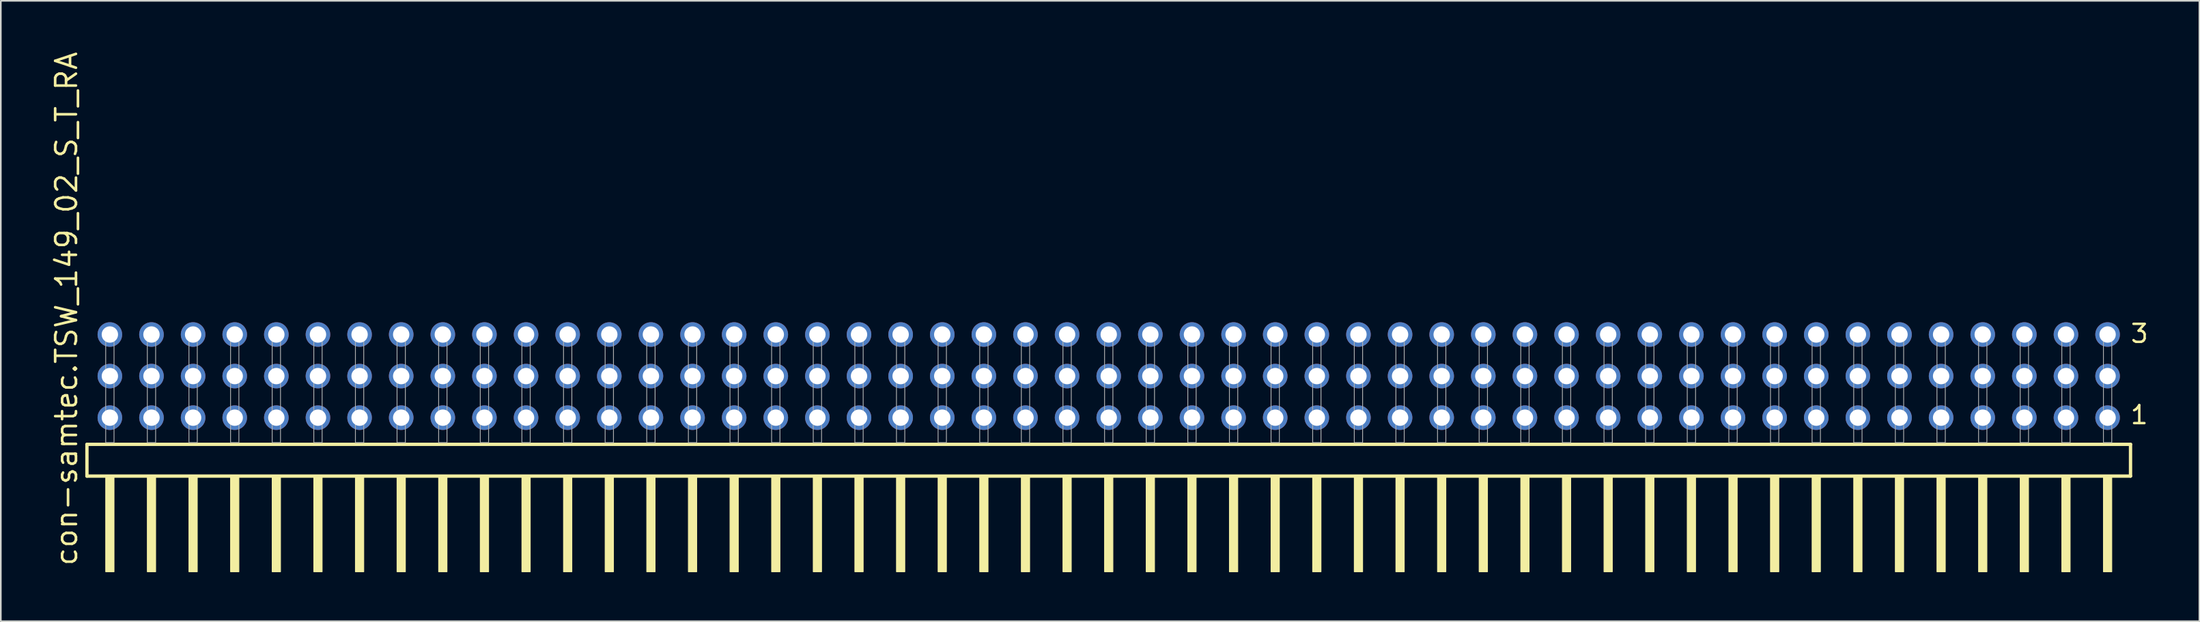
<source format=kicad_pcb>
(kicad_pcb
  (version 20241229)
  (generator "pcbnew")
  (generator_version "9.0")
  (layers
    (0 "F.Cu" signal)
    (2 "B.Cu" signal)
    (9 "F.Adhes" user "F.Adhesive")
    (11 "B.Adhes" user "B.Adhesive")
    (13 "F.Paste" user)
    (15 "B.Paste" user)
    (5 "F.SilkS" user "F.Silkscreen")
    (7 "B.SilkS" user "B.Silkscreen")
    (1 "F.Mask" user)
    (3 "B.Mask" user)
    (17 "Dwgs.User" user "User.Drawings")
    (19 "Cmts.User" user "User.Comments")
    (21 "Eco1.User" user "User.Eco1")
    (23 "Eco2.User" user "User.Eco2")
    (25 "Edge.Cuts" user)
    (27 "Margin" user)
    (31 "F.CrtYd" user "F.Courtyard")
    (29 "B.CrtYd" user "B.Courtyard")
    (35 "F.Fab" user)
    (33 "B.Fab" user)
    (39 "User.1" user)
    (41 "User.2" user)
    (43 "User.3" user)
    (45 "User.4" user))
  (footprint "con-samtec.TSW_149_02_S_T_RA"
    (layer "F.Cu")
    (at 64.615 23.993)
    (property "Reference" "con-samtec.TSW_149_02_S_T_RA" (at -62.865 7.62 90) (layer "F.SilkS") (effects (font (size 1.27 1.27) (thickness 0.16)) (justify left bottom)))
    (attr through_hole)
    (fp_line (start -62.359 0.106) (end -62.359 2.046) (stroke (width 0.203) (type default)) (layer "F.SilkS"))
    (fp_line (start -62.359 2.046) (end 62.359 2.046) (stroke (width 0.203) (type default)) (layer "F.SilkS"))
    (fp_line (start 62.359 0.106) (end -62.359 0.106) (stroke (width 0.203) (type default)) (layer "F.SilkS"))
    (fp_line (start 62.359 2.046) (end 62.359 0.106) (stroke (width 0.203) (type default)) (layer "F.SilkS"))
    (fp_rect (start -61.214 7.89) (end -60.706 2.04) (stroke (width 0.05) (type default)) (fill yes) (layer "F.SilkS"))
    (fp_rect (start -58.674 7.89) (end -58.166 2.04) (stroke (width 0.05) (type default)) (fill yes) (layer "F.SilkS"))
    (fp_rect (start -56.134 7.89) (end -55.626 2.04) (stroke (width 0.05) (type default)) (fill yes) (layer "F.SilkS"))
    (fp_rect (start -53.594 7.89) (end -53.086 2.04) (stroke (width 0.05) (type default)) (fill yes) (layer "F.SilkS"))
    (fp_rect (start -51.054 7.89) (end -50.546 2.04) (stroke (width 0.05) (type default)) (fill yes) (layer "F.SilkS"))
    (fp_rect (start -48.514 7.89) (end -48.006 2.04) (stroke (width 0.05) (type default)) (fill yes) (layer "F.SilkS"))
    (fp_rect (start -45.974 7.89) (end -45.466 2.04) (stroke (width 0.05) (type default)) (fill yes) (layer "F.SilkS"))
    (fp_rect (start -43.434 7.89) (end -42.926 2.04) (stroke (width 0.05) (type default)) (fill yes) (layer "F.SilkS"))
    (fp_rect (start -40.894 7.89) (end -40.386 2.04) (stroke (width 0.05) (type default)) (fill yes) (layer "F.SilkS"))
    (fp_rect (start -38.354 7.89) (end -37.846 2.04) (stroke (width 0.05) (type default)) (fill yes) (layer "F.SilkS"))
    (fp_rect (start -35.814 7.89) (end -35.306 2.04) (stroke (width 0.05) (type default)) (fill yes) (layer "F.SilkS"))
    (fp_rect (start -33.274 7.89) (end -32.766 2.04) (stroke (width 0.05) (type default)) (fill yes) (layer "F.SilkS"))
    (fp_rect (start -30.734 7.89) (end -30.226 2.04) (stroke (width 0.05) (type default)) (fill yes) (layer "F.SilkS"))
    (fp_rect (start -28.194 7.89) (end -27.686 2.04) (stroke (width 0.05) (type default)) (fill yes) (layer "F.SilkS"))
    (fp_rect (start -25.654 7.89) (end -25.146 2.04) (stroke (width 0.05) (type default)) (fill yes) (layer "F.SilkS"))
    (fp_rect (start -23.114 7.89) (end -22.606 2.04) (stroke (width 0.05) (type default)) (fill yes) (layer "F.SilkS"))
    (fp_rect (start -20.574 7.89) (end -20.066 2.04) (stroke (width 0.05) (type default)) (fill yes) (layer "F.SilkS"))
    (fp_rect (start -18.034 7.89) (end -17.526 2.04) (stroke (width 0.05) (type default)) (fill yes) (layer "F.SilkS"))
    (fp_rect (start -15.494 7.89) (end -14.986 2.04) (stroke (width 0.05) (type default)) (fill yes) (layer "F.SilkS"))
    (fp_rect (start -12.954 7.89) (end -12.446 2.04) (stroke (width 0.05) (type default)) (fill yes) (layer "F.SilkS"))
    (fp_rect (start -10.414 7.89) (end -9.906 2.04) (stroke (width 0.05) (type default)) (fill yes) (layer "F.SilkS"))
    (fp_rect (start -7.874 7.89) (end -7.366 2.04) (stroke (width 0.05) (type default)) (fill yes) (layer "F.SilkS"))
    (fp_rect (start -5.334 7.89) (end -4.826 2.04) (stroke (width 0.05) (type default)) (fill yes) (layer "F.SilkS"))
    (fp_rect (start -2.794 7.89) (end -2.286 2.04) (stroke (width 0.05) (type default)) (fill yes) (layer "F.SilkS"))
    (fp_rect (start -0.254 7.89) (end 0.254 2.04) (stroke (width 0.05) (type default)) (fill yes) (layer "F.SilkS"))
    (fp_rect (start 2.286 7.89) (end 2.794 2.04) (stroke (width 0.05) (type default)) (fill yes) (layer "F.SilkS"))
    (fp_rect (start 4.826 7.89) (end 5.334 2.04) (stroke (width 0.05) (type default)) (fill yes) (layer "F.SilkS"))
    (fp_rect (start 7.366 7.89) (end 7.874 2.04) (stroke (width 0.05) (type default)) (fill yes) (layer "F.SilkS"))
    (fp_rect (start 9.906 7.89) (end 10.414 2.04) (stroke (width 0.05) (type default)) (fill yes) (layer "F.SilkS"))
    (fp_rect (start 12.446 7.89) (end 12.954 2.04) (stroke (width 0.05) (type default)) (fill yes) (layer "F.SilkS"))
    (fp_rect (start 14.986 7.89) (end 15.494 2.04) (stroke (width 0.05) (type default)) (fill yes) (layer "F.SilkS"))
    (fp_rect (start 17.526 7.89) (end 18.034 2.04) (stroke (width 0.05) (type default)) (fill yes) (layer "F.SilkS"))
    (fp_rect (start 20.066 7.89) (end 20.574 2.04) (stroke (width 0.05) (type default)) (fill yes) (layer "F.SilkS"))
    (fp_rect (start 22.606 7.89) (end 23.114 2.04) (stroke (width 0.05) (type default)) (fill yes) (layer "F.SilkS"))
    (fp_rect (start 25.146 7.89) (end 25.654 2.04) (stroke (width 0.05) (type default)) (fill yes) (layer "F.SilkS"))
    (fp_rect (start 27.686 7.89) (end 28.194 2.04) (stroke (width 0.05) (type default)) (fill yes) (layer "F.SilkS"))
    (fp_rect (start 30.226 7.89) (end 30.734 2.04) (stroke (width 0.05) (type default)) (fill yes) (layer "F.SilkS"))
    (fp_rect (start 32.766 7.89) (end 33.274 2.04) (stroke (width 0.05) (type default)) (fill yes) (layer "F.SilkS"))
    (fp_rect (start 35.306 7.89) (end 35.814 2.04) (stroke (width 0.05) (type default)) (fill yes) (layer "F.SilkS"))
    (fp_rect (start 37.846 7.89) (end 38.354 2.04) (stroke (width 0.05) (type default)) (fill yes) (layer "F.SilkS"))
    (fp_rect (start 40.386 7.89) (end 40.894 2.04) (stroke (width 0.05) (type default)) (fill yes) (layer "F.SilkS"))
    (fp_rect (start 42.926 7.89) (end 43.434 2.04) (stroke (width 0.05) (type default)) (fill yes) (layer "F.SilkS"))
    (fp_rect (start 45.466 7.89) (end 45.974 2.04) (stroke (width 0.05) (type default)) (fill yes) (layer "F.SilkS"))
    (fp_rect (start 48.006 7.89) (end 48.514 2.04) (stroke (width 0.05) (type default)) (fill yes) (layer "F.SilkS"))
    (fp_rect (start 50.546 7.89) (end 51.054 2.04) (stroke (width 0.05) (type default)) (fill yes) (layer "F.SilkS"))
    (fp_rect (start 53.086 7.89) (end 53.594 2.04) (stroke (width 0.05) (type default)) (fill yes) (layer "F.SilkS"))
    (fp_rect (start 55.626 7.89) (end 56.134 2.04) (stroke (width 0.05) (type default)) (fill yes) (layer "F.SilkS"))
    (fp_rect (start 58.166 7.89) (end 58.674 2.04) (stroke (width 0.05) (type default)) (fill yes) (layer "F.SilkS"))
    (fp_rect (start 60.706 7.89) (end 61.214 2.04) (stroke (width 0.05) (type default)) (fill yes) (layer "F.SilkS"))
    (fp_rect (start -61.214 0) (end -60.706 -6.858) (stroke (width 0.05) (type default)) (fill no) (layer "F.Fab"))
    (fp_rect (start -58.674 0) (end -58.166 -6.858) (stroke (width 0.05) (type default)) (fill no) (layer "F.Fab"))
    (fp_rect (start -56.134 0) (end -55.626 -6.858) (stroke (width 0.05) (type default)) (fill no) (layer "F.Fab"))
    (fp_rect (start -53.594 0) (end -53.086 -6.858) (stroke (width 0.05) (type default)) (fill no) (layer "F.Fab"))
    (fp_rect (start -51.054 0) (end -50.546 -6.858) (stroke (width 0.05) (type default)) (fill no) (layer "F.Fab"))
    (fp_rect (start -48.514 0) (end -48.006 -6.858) (stroke (width 0.05) (type default)) (fill no) (layer "F.Fab"))
    (fp_rect (start -45.974 0) (end -45.466 -6.858) (stroke (width 0.05) (type default)) (fill no) (layer "F.Fab"))
    (fp_rect (start -43.434 0) (end -42.926 -6.858) (stroke (width 0.05) (type default)) (fill no) (layer "F.Fab"))
    (fp_rect (start -40.894 0) (end -40.386 -6.858) (stroke (width 0.05) (type default)) (fill no) (layer "F.Fab"))
    (fp_rect (start -38.354 0) (end -37.846 -6.858) (stroke (width 0.05) (type default)) (fill no) (layer "F.Fab"))
    (fp_rect (start -35.814 0) (end -35.306 -6.858) (stroke (width 0.05) (type default)) (fill no) (layer "F.Fab"))
    (fp_rect (start -33.274 0) (end -32.766 -6.858) (stroke (width 0.05) (type default)) (fill no) (layer "F.Fab"))
    (fp_rect (start -30.734 0) (end -30.226 -6.858) (stroke (width 0.05) (type default)) (fill no) (layer "F.Fab"))
    (fp_rect (start -28.194 0) (end -27.686 -6.858) (stroke (width 0.05) (type default)) (fill no) (layer "F.Fab"))
    (fp_rect (start -25.654 0) (end -25.146 -6.858) (stroke (width 0.05) (type default)) (fill no) (layer "F.Fab"))
    (fp_rect (start -23.114 0) (end -22.606 -6.858) (stroke (width 0.05) (type default)) (fill no) (layer "F.Fab"))
    (fp_rect (start -20.574 0) (end -20.066 -6.858) (stroke (width 0.05) (type default)) (fill no) (layer "F.Fab"))
    (fp_rect (start -18.034 0) (end -17.526 -6.858) (stroke (width 0.05) (type default)) (fill no) (layer "F.Fab"))
    (fp_rect (start -15.494 0) (end -14.986 -6.858) (stroke (width 0.05) (type default)) (fill no) (layer "F.Fab"))
    (fp_rect (start -12.954 0) (end -12.446 -6.858) (stroke (width 0.05) (type default)) (fill no) (layer "F.Fab"))
    (fp_rect (start -10.414 0) (end -9.906 -6.858) (stroke (width 0.05) (type default)) (fill no) (layer "F.Fab"))
    (fp_rect (start -7.874 0) (end -7.366 -6.858) (stroke (width 0.05) (type default)) (fill no) (layer "F.Fab"))
    (fp_rect (start -5.334 0) (end -4.826 -6.858) (stroke (width 0.05) (type default)) (fill no) (layer "F.Fab"))
    (fp_rect (start -2.794 0) (end -2.286 -6.858) (stroke (width 0.05) (type default)) (fill no) (layer "F.Fab"))
    (fp_rect (start -0.254 0) (end 0.254 -6.858) (stroke (width 0.05) (type default)) (fill no) (layer "F.Fab"))
    (fp_rect (start 2.286 0) (end 2.794 -6.858) (stroke (width 0.05) (type default)) (fill no) (layer "F.Fab"))
    (fp_rect (start 4.826 0) (end 5.334 -6.858) (stroke (width 0.05) (type default)) (fill no) (layer "F.Fab"))
    (fp_rect (start 7.366 0) (end 7.874 -6.858) (stroke (width 0.05) (type default)) (fill no) (layer "F.Fab"))
    (fp_rect (start 9.906 0) (end 10.414 -6.858) (stroke (width 0.05) (type default)) (fill no) (layer "F.Fab"))
    (fp_rect (start 12.446 0) (end 12.954 -6.858) (stroke (width 0.05) (type default)) (fill no) (layer "F.Fab"))
    (fp_rect (start 14.986 0) (end 15.494 -6.858) (stroke (width 0.05) (type default)) (fill no) (layer "F.Fab"))
    (fp_rect (start 17.526 0) (end 18.034 -6.858) (stroke (width 0.05) (type default)) (fill no) (layer "F.Fab"))
    (fp_rect (start 20.066 0) (end 20.574 -6.858) (stroke (width 0.05) (type default)) (fill no) (layer "F.Fab"))
    (fp_rect (start 22.606 0) (end 23.114 -6.858) (stroke (width 0.05) (type default)) (fill no) (layer "F.Fab"))
    (fp_rect (start 25.146 0) (end 25.654 -6.858) (stroke (width 0.05) (type default)) (fill no) (layer "F.Fab"))
    (fp_rect (start 27.686 0) (end 28.194 -6.858) (stroke (width 0.05) (type default)) (fill no) (layer "F.Fab"))
    (fp_rect (start 30.226 0) (end 30.734 -6.858) (stroke (width 0.05) (type default)) (fill no) (layer "F.Fab"))
    (fp_rect (start 32.766 0) (end 33.274 -6.858) (stroke (width 0.05) (type default)) (fill no) (layer "F.Fab"))
    (fp_rect (start 35.306 0) (end 35.814 -6.858) (stroke (width 0.05) (type default)) (fill no) (layer "F.Fab"))
    (fp_rect (start 37.846 0) (end 38.354 -6.858) (stroke (width 0.05) (type default)) (fill no) (layer "F.Fab"))
    (fp_rect (start 40.386 0) (end 40.894 -6.858) (stroke (width 0.05) (type default)) (fill no) (layer "F.Fab"))
    (fp_rect (start 42.926 0) (end 43.434 -6.858) (stroke (width 0.05) (type default)) (fill no) (layer "F.Fab"))
    (fp_rect (start 45.466 0) (end 45.974 -6.858) (stroke (width 0.05) (type default)) (fill no) (layer "F.Fab"))
    (fp_rect (start 48.006 0) (end 48.514 -6.858) (stroke (width 0.05) (type default)) (fill no) (layer "F.Fab"))
    (fp_rect (start 50.546 0) (end 51.054 -6.858) (stroke (width 0.05) (type default)) (fill no) (layer "F.Fab"))
    (fp_rect (start 53.086 0) (end 53.594 -6.858) (stroke (width 0.05) (type default)) (fill no) (layer "F.Fab"))
    (fp_rect (start 55.626 0) (end 56.134 -6.858) (stroke (width 0.05) (type default)) (fill no) (layer "F.Fab"))
    (fp_rect (start 58.166 0) (end 58.674 -6.858) (stroke (width 0.05) (type default)) (fill no) (layer "F.Fab"))
    (fp_rect (start 60.706 0) (end 61.214 -6.858) (stroke (width 0.05) (type default)) (fill no) (layer "F.Fab"))
    (fp_text user "1" (at 62.27 -1.05 0) (layer "F.SilkS") (effects (font (size 1.1 1.1) (thickness 0.15)) (justify left bottom)))
    (fp_text user "3" (at 62.285 -6.015 0) (layer "F.SilkS") (effects (font (size 1.1 1.1) (thickness 0.15)) (justify left bottom)))
    (pad "1" thru_hole circle (at 60.96 -1.524 180) (size 1.5 1.5) (drill 1) (layers "*.Cu" "*.Mask"))
    (pad "2" thru_hole circle (at 60.96 -4.064 180) (size 1.5 1.5) (drill 1) (layers "*.Cu" "*.Mask"))
    (pad "3" thru_hole circle (at 60.96 -6.604 180) (size 1.5 1.5) (drill 1) (layers "*.Cu" "*.Mask"))
    (pad "4" thru_hole circle (at 58.42 -1.524 180) (size 1.5 1.5) (drill 1) (layers "*.Cu" "*.Mask"))
    (pad "5" thru_hole circle (at 58.42 -4.064 180) (size 1.5 1.5) (drill 1) (layers "*.Cu" "*.Mask"))
    (pad "6" thru_hole circle (at 58.42 -6.604 180) (size 1.5 1.5) (drill 1) (layers "*.Cu" "*.Mask"))
    (pad "7" thru_hole circle (at 55.88 -1.524 180) (size 1.5 1.5) (drill 1) (layers "*.Cu" "*.Mask"))
    (pad "8" thru_hole circle (at 55.88 -4.064 180) (size 1.5 1.5) (drill 1) (layers "*.Cu" "*.Mask"))
    (pad "9" thru_hole circle (at 55.88 -6.604 180) (size 1.5 1.5) (drill 1) (layers "*.Cu" "*.Mask"))
    (pad "10" thru_hole circle (at 53.34 -1.524 180) (size 1.5 1.5) (drill 1) (layers "*.Cu" "*.Mask"))
    (pad "11" thru_hole circle (at 53.34 -4.064 180) (size 1.5 1.5) (drill 1) (layers "*.Cu" "*.Mask"))
    (pad "12" thru_hole circle (at 53.34 -6.604 180) (size 1.5 1.5) (drill 1) (layers "*.Cu" "*.Mask"))
    (pad "13" thru_hole circle (at 50.8 -1.524 180) (size 1.5 1.5) (drill 1) (layers "*.Cu" "*.Mask"))
    (pad "14" thru_hole circle (at 50.8 -4.064 180) (size 1.5 1.5) (drill 1) (layers "*.Cu" "*.Mask"))
    (pad "15" thru_hole circle (at 50.8 -6.604 180) (size 1.5 1.5) (drill 1) (layers "*.Cu" "*.Mask"))
    (pad "16" thru_hole circle (at 48.26 -1.524 180) (size 1.5 1.5) (drill 1) (layers "*.Cu" "*.Mask"))
    (pad "17" thru_hole circle (at 48.26 -4.064 180) (size 1.5 1.5) (drill 1) (layers "*.Cu" "*.Mask"))
    (pad "18" thru_hole circle (at 48.26 -6.604 180) (size 1.5 1.5) (drill 1) (layers "*.Cu" "*.Mask"))
    (pad "19" thru_hole circle (at 45.72 -1.524 180) (size 1.5 1.5) (drill 1) (layers "*.Cu" "*.Mask"))
    (pad "20" thru_hole circle (at 45.72 -4.064 180) (size 1.5 1.5) (drill 1) (layers "*.Cu" "*.Mask"))
    (pad "21" thru_hole circle (at 45.72 -6.604 180) (size 1.5 1.5) (drill 1) (layers "*.Cu" "*.Mask"))
    (pad "22" thru_hole circle (at 43.18 -1.524 180) (size 1.5 1.5) (drill 1) (layers "*.Cu" "*.Mask"))
    (pad "23" thru_hole circle (at 43.18 -4.064 180) (size 1.5 1.5) (drill 1) (layers "*.Cu" "*.Mask"))
    (pad "24" thru_hole circle (at 43.18 -6.604 180) (size 1.5 1.5) (drill 1) (layers "*.Cu" "*.Mask"))
    (pad "25" thru_hole circle (at 40.64 -1.524 180) (size 1.5 1.5) (drill 1) (layers "*.Cu" "*.Mask"))
    (pad "26" thru_hole circle (at 40.64 -4.064 180) (size 1.5 1.5) (drill 1) (layers "*.Cu" "*.Mask"))
    (pad "27" thru_hole circle (at 40.64 -6.604 180) (size 1.5 1.5) (drill 1) (layers "*.Cu" "*.Mask"))
    (pad "28" thru_hole circle (at 38.1 -1.524 180) (size 1.5 1.5) (drill 1) (layers "*.Cu" "*.Mask"))
    (pad "29" thru_hole circle (at 38.1 -4.064 180) (size 1.5 1.5) (drill 1) (layers "*.Cu" "*.Mask"))
    (pad "30" thru_hole circle (at 38.1 -6.604 180) (size 1.5 1.5) (drill 1) (layers "*.Cu" "*.Mask"))
    (pad "31" thru_hole circle (at 35.56 -1.524 180) (size 1.5 1.5) (drill 1) (layers "*.Cu" "*.Mask"))
    (pad "32" thru_hole circle (at 35.56 -4.064 180) (size 1.5 1.5) (drill 1) (layers "*.Cu" "*.Mask"))
    (pad "33" thru_hole circle (at 35.56 -6.604 180) (size 1.5 1.5) (drill 1) (layers "*.Cu" "*.Mask"))
    (pad "34" thru_hole circle (at 33.02 -1.524 180) (size 1.5 1.5) (drill 1) (layers "*.Cu" "*.Mask"))
    (pad "35" thru_hole circle (at 33.02 -4.064 180) (size 1.5 1.5) (drill 1) (layers "*.Cu" "*.Mask"))
    (pad "36" thru_hole circle (at 33.02 -6.604 180) (size 1.5 1.5) (drill 1) (layers "*.Cu" "*.Mask"))
    (pad "37" thru_hole circle (at 30.48 -1.524 180) (size 1.5 1.5) (drill 1) (layers "*.Cu" "*.Mask"))
    (pad "38" thru_hole circle (at 30.48 -4.064 180) (size 1.5 1.5) (drill 1) (layers "*.Cu" "*.Mask"))
    (pad "39" thru_hole circle (at 30.48 -6.604 180) (size 1.5 1.5) (drill 1) (layers "*.Cu" "*.Mask"))
    (pad "40" thru_hole circle (at 27.94 -1.524 180) (size 1.5 1.5) (drill 1) (layers "*.Cu" "*.Mask"))
    (pad "41" thru_hole circle (at 27.94 -4.064 180) (size 1.5 1.5) (drill 1) (layers "*.Cu" "*.Mask"))
    (pad "42" thru_hole circle (at 27.94 -6.604 180) (size 1.5 1.5) (drill 1) (layers "*.Cu" "*.Mask"))
    (pad "43" thru_hole circle (at 25.4 -1.524 180) (size 1.5 1.5) (drill 1) (layers "*.Cu" "*.Mask"))
    (pad "44" thru_hole circle (at 25.4 -4.064 180) (size 1.5 1.5) (drill 1) (layers "*.Cu" "*.Mask"))
    (pad "45" thru_hole circle (at 25.4 -6.604 180) (size 1.5 1.5) (drill 1) (layers "*.Cu" "*.Mask"))
    (pad "46" thru_hole circle (at 22.86 -1.524 180) (size 1.5 1.5) (drill 1) (layers "*.Cu" "*.Mask"))
    (pad "47" thru_hole circle (at 22.86 -4.064 180) (size 1.5 1.5) (drill 1) (layers "*.Cu" "*.Mask"))
    (pad "48" thru_hole circle (at 22.86 -6.604 180) (size 1.5 1.5) (drill 1) (layers "*.Cu" "*.Mask"))
    (pad "49" thru_hole circle (at 20.32 -1.524 180) (size 1.5 1.5) (drill 1) (layers "*.Cu" "*.Mask"))
    (pad "50" thru_hole circle (at 20.32 -4.064 180) (size 1.5 1.5) (drill 1) (layers "*.Cu" "*.Mask"))
    (pad "51" thru_hole circle (at 20.32 -6.604 180) (size 1.5 1.5) (drill 1) (layers "*.Cu" "*.Mask"))
    (pad "52" thru_hole circle (at 17.78 -1.524 180) (size 1.5 1.5) (drill 1) (layers "*.Cu" "*.Mask"))
    (pad "53" thru_hole circle (at 17.78 -4.064 180) (size 1.5 1.5) (drill 1) (layers "*.Cu" "*.Mask"))
    (pad "54" thru_hole circle (at 17.78 -6.604 180) (size 1.5 1.5) (drill 1) (layers "*.Cu" "*.Mask"))
    (pad "55" thru_hole circle (at 15.24 -1.524 180) (size 1.5 1.5) (drill 1) (layers "*.Cu" "*.Mask"))
    (pad "56" thru_hole circle (at 15.24 -4.064 180) (size 1.5 1.5) (drill 1) (layers "*.Cu" "*.Mask"))
    (pad "57" thru_hole circle (at 15.24 -6.604 180) (size 1.5 1.5) (drill 1) (layers "*.Cu" "*.Mask"))
    (pad "58" thru_hole circle (at 12.7 -1.524 180) (size 1.5 1.5) (drill 1) (layers "*.Cu" "*.Mask"))
    (pad "59" thru_hole circle (at 12.7 -4.064 180) (size 1.5 1.5) (drill 1) (layers "*.Cu" "*.Mask"))
    (pad "60" thru_hole circle (at 12.7 -6.604 180) (size 1.5 1.5) (drill 1) (layers "*.Cu" "*.Mask"))
    (pad "61" thru_hole circle (at 10.16 -1.524 180) (size 1.5 1.5) (drill 1) (layers "*.Cu" "*.Mask"))
    (pad "62" thru_hole circle (at 10.16 -4.064 180) (size 1.5 1.5) (drill 1) (layers "*.Cu" "*.Mask"))
    (pad "63" thru_hole circle (at 10.16 -6.604 180) (size 1.5 1.5) (drill 1) (layers "*.Cu" "*.Mask"))
    (pad "64" thru_hole circle (at 7.62 -1.524 180) (size 1.5 1.5) (drill 1) (layers "*.Cu" "*.Mask"))
    (pad "65" thru_hole circle (at 7.62 -4.064 180) (size 1.5 1.5) (drill 1) (layers "*.Cu" "*.Mask"))
    (pad "66" thru_hole circle (at 7.62 -6.604 180) (size 1.5 1.5) (drill 1) (layers "*.Cu" "*.Mask"))
    (pad "67" thru_hole circle (at 5.08 -1.524 180) (size 1.5 1.5) (drill 1) (layers "*.Cu" "*.Mask"))
    (pad "68" thru_hole circle (at 5.08 -4.064 180) (size 1.5 1.5) (drill 1) (layers "*.Cu" "*.Mask"))
    (pad "69" thru_hole circle (at 5.08 -6.604 180) (size 1.5 1.5) (drill 1) (layers "*.Cu" "*.Mask"))
    (pad "70" thru_hole circle (at 2.54 -1.524 180) (size 1.5 1.5) (drill 1) (layers "*.Cu" "*.Mask"))
    (pad "71" thru_hole circle (at 2.54 -4.064 180) (size 1.5 1.5) (drill 1) (layers "*.Cu" "*.Mask"))
    (pad "72" thru_hole circle (at 2.54 -6.604 180) (size 1.5 1.5) (drill 1) (layers "*.Cu" "*.Mask"))
    (pad "73" thru_hole circle (at 0 -1.524 180) (size 1.5 1.5) (drill 1) (layers "*.Cu" "*.Mask"))
    (pad "74" thru_hole circle (at 0 -4.064 180) (size 1.5 1.5) (drill 1) (layers "*.Cu" "*.Mask"))
    (pad "75" thru_hole circle (at 0 -6.604 180) (size 1.5 1.5) (drill 1) (layers "*.Cu" "*.Mask"))
    (pad "76" thru_hole circle (at -2.54 -1.524 180) (size 1.5 1.5) (drill 1) (layers "*.Cu" "*.Mask"))
    (pad "77" thru_hole circle (at -2.54 -4.064 180) (size 1.5 1.5) (drill 1) (layers "*.Cu" "*.Mask"))
    (pad "78" thru_hole circle (at -2.54 -6.604 180) (size 1.5 1.5) (drill 1) (layers "*.Cu" "*.Mask"))
    (pad "79" thru_hole circle (at -5.08 -1.524 180) (size 1.5 1.5) (drill 1) (layers "*.Cu" "*.Mask"))
    (pad "80" thru_hole circle (at -5.08 -4.064 180) (size 1.5 1.5) (drill 1) (layers "*.Cu" "*.Mask"))
    (pad "81" thru_hole circle (at -5.08 -6.604 180) (size 1.5 1.5) (drill 1) (layers "*.Cu" "*.Mask"))
    (pad "82" thru_hole circle (at -7.62 -1.524 180) (size 1.5 1.5) (drill 1) (layers "*.Cu" "*.Mask"))
    (pad "83" thru_hole circle (at -7.62 -4.064 180) (size 1.5 1.5) (drill 1) (layers "*.Cu" "*.Mask"))
    (pad "84" thru_hole circle (at -7.62 -6.604 180) (size 1.5 1.5) (drill 1) (layers "*.Cu" "*.Mask"))
    (pad "85" thru_hole circle (at -10.16 -1.524 180) (size 1.5 1.5) (drill 1) (layers "*.Cu" "*.Mask"))
    (pad "86" thru_hole circle (at -10.16 -4.064 180) (size 1.5 1.5) (drill 1) (layers "*.Cu" "*.Mask"))
    (pad "87" thru_hole circle (at -10.16 -6.604 180) (size 1.5 1.5) (drill 1) (layers "*.Cu" "*.Mask"))
    (pad "88" thru_hole circle (at -12.7 -1.524 180) (size 1.5 1.5) (drill 1) (layers "*.Cu" "*.Mask"))
    (pad "89" thru_hole circle (at -12.7 -4.064 180) (size 1.5 1.5) (drill 1) (layers "*.Cu" "*.Mask"))
    (pad "90" thru_hole circle (at -12.7 -6.604 180) (size 1.5 1.5) (drill 1) (layers "*.Cu" "*.Mask"))
    (pad "91" thru_hole circle (at -15.24 -1.524 180) (size 1.5 1.5) (drill 1) (layers "*.Cu" "*.Mask"))
    (pad "92" thru_hole circle (at -15.24 -4.064 180) (size 1.5 1.5) (drill 1) (layers "*.Cu" "*.Mask"))
    (pad "93" thru_hole circle (at -15.24 -6.604 180) (size 1.5 1.5) (drill 1) (layers "*.Cu" "*.Mask"))
    (pad "94" thru_hole circle (at -17.78 -1.524 180) (size 1.5 1.5) (drill 1) (layers "*.Cu" "*.Mask"))
    (pad "95" thru_hole circle (at -17.78 -4.064 180) (size 1.5 1.5) (drill 1) (layers "*.Cu" "*.Mask"))
    (pad "96" thru_hole circle (at -17.78 -6.604 180) (size 1.5 1.5) (drill 1) (layers "*.Cu" "*.Mask"))
    (pad "97" thru_hole circle (at -20.32 -1.524 180) (size 1.5 1.5) (drill 1) (layers "*.Cu" "*.Mask"))
    (pad "98" thru_hole circle (at -20.32 -4.064 180) (size 1.5 1.5) (drill 1) (layers "*.Cu" "*.Mask"))
    (pad "99" thru_hole circle (at -20.32 -6.604 180) (size 1.5 1.5) (drill 1) (layers "*.Cu" "*.Mask"))
    (pad "100" thru_hole circle (at -22.86 -1.524 180) (size 1.5 1.5) (drill 1) (layers "*.Cu" "*.Mask"))
    (pad "101" thru_hole circle (at -22.86 -4.064 180) (size 1.5 1.5) (drill 1) (layers "*.Cu" "*.Mask"))
    (pad "102" thru_hole circle (at -22.86 -6.604 180) (size 1.5 1.5) (drill 1) (layers "*.Cu" "*.Mask"))
    (pad "103" thru_hole circle (at -25.4 -1.524 180) (size 1.5 1.5) (drill 1) (layers "*.Cu" "*.Mask"))
    (pad "104" thru_hole circle (at -25.4 -4.064 180) (size 1.5 1.5) (drill 1) (layers "*.Cu" "*.Mask"))
    (pad "105" thru_hole circle (at -25.4 -6.604 180) (size 1.5 1.5) (drill 1) (layers "*.Cu" "*.Mask"))
    (pad "106" thru_hole circle (at -27.94 -1.524 180) (size 1.5 1.5) (drill 1) (layers "*.Cu" "*.Mask"))
    (pad "107" thru_hole circle (at -27.94 -4.064 180) (size 1.5 1.5) (drill 1) (layers "*.Cu" "*.Mask"))
    (pad "108" thru_hole circle (at -27.94 -6.604 180) (size 1.5 1.5) (drill 1) (layers "*.Cu" "*.Mask"))
    (pad "109" thru_hole circle (at -30.48 -1.524 180) (size 1.5 1.5) (drill 1) (layers "*.Cu" "*.Mask"))
    (pad "110" thru_hole circle (at -30.48 -4.064 180) (size 1.5 1.5) (drill 1) (layers "*.Cu" "*.Mask"))
    (pad "111" thru_hole circle (at -30.48 -6.604 180) (size 1.5 1.5) (drill 1) (layers "*.Cu" "*.Mask"))
    (pad "112" thru_hole circle (at -33.02 -1.524 180) (size 1.5 1.5) (drill 1) (layers "*.Cu" "*.Mask"))
    (pad "113" thru_hole circle (at -33.02 -4.064 180) (size 1.5 1.5) (drill 1) (layers "*.Cu" "*.Mask"))
    (pad "114" thru_hole circle (at -33.02 -6.604 180) (size 1.5 1.5) (drill 1) (layers "*.Cu" "*.Mask"))
    (pad "115" thru_hole circle (at -35.56 -1.524 180) (size 1.5 1.5) (drill 1) (layers "*.Cu" "*.Mask"))
    (pad "116" thru_hole circle (at -35.56 -4.064 180) (size 1.5 1.5) (drill 1) (layers "*.Cu" "*.Mask"))
    (pad "117" thru_hole circle (at -35.56 -6.604 180) (size 1.5 1.5) (drill 1) (layers "*.Cu" "*.Mask"))
    (pad "118" thru_hole circle (at -38.1 -1.524 180) (size 1.5 1.5) (drill 1) (layers "*.Cu" "*.Mask"))
    (pad "119" thru_hole circle (at -38.1 -4.064 180) (size 1.5 1.5) (drill 1) (layers "*.Cu" "*.Mask"))
    (pad "120" thru_hole circle (at -38.1 -6.604 180) (size 1.5 1.5) (drill 1) (layers "*.Cu" "*.Mask"))
    (pad "121" thru_hole circle (at -40.64 -1.524 180) (size 1.5 1.5) (drill 1) (layers "*.Cu" "*.Mask"))
    (pad "122" thru_hole circle (at -40.64 -4.064 180) (size 1.5 1.5) (drill 1) (layers "*.Cu" "*.Mask"))
    (pad "123" thru_hole circle (at -40.64 -6.604 180) (size 1.5 1.5) (drill 1) (layers "*.Cu" "*.Mask"))
    (pad "124" thru_hole circle (at -43.18 -1.524 180) (size 1.5 1.5) (drill 1) (layers "*.Cu" "*.Mask"))
    (pad "125" thru_hole circle (at -43.18 -4.064 180) (size 1.5 1.5) (drill 1) (layers "*.Cu" "*.Mask"))
    (pad "126" thru_hole circle (at -43.18 -6.604 180) (size 1.5 1.5) (drill 1) (layers "*.Cu" "*.Mask"))
    (pad "127" thru_hole circle (at -45.72 -1.524 180) (size 1.5 1.5) (drill 1) (layers "*.Cu" "*.Mask"))
    (pad "128" thru_hole circle (at -45.72 -4.064 180) (size 1.5 1.5) (drill 1) (layers "*.Cu" "*.Mask"))
    (pad "129" thru_hole circle (at -45.72 -6.604 180) (size 1.5 1.5) (drill 1) (layers "*.Cu" "*.Mask"))
    (pad "130" thru_hole circle (at -48.26 -1.524 180) (size 1.5 1.5) (drill 1) (layers "*.Cu" "*.Mask"))
    (pad "131" thru_hole circle (at -48.26 -4.064 180) (size 1.5 1.5) (drill 1) (layers "*.Cu" "*.Mask"))
    (pad "132" thru_hole circle (at -48.26 -6.604 180) (size 1.5 1.5) (drill 1) (layers "*.Cu" "*.Mask"))
    (pad "133" thru_hole circle (at -50.8 -1.524 180) (size 1.5 1.5) (drill 1) (layers "*.Cu" "*.Mask"))
    (pad "134" thru_hole circle (at -50.8 -4.064 180) (size 1.5 1.5) (drill 1) (layers "*.Cu" "*.Mask"))
    (pad "135" thru_hole circle (at -50.8 -6.604 180) (size 1.5 1.5) (drill 1) (layers "*.Cu" "*.Mask"))
    (pad "136" thru_hole circle (at -53.34 -1.524 180) (size 1.5 1.5) (drill 1) (layers "*.Cu" "*.Mask"))
    (pad "137" thru_hole circle (at -53.34 -4.064 180) (size 1.5 1.5) (drill 1) (layers "*.Cu" "*.Mask"))
    (pad "138" thru_hole circle (at -53.34 -6.604 180) (size 1.5 1.5) (drill 1) (layers "*.Cu" "*.Mask"))
    (pad "139" thru_hole circle (at -55.88 -1.524 180) (size 1.5 1.5) (drill 1) (layers "*.Cu" "*.Mask"))
    (pad "140" thru_hole circle (at -55.88 -4.064 180) (size 1.5 1.5) (drill 1) (layers "*.Cu" "*.Mask"))
    (pad "141" thru_hole circle (at -55.88 -6.604 180) (size 1.5 1.5) (drill 1) (layers "*.Cu" "*.Mask"))
    (pad "142" thru_hole circle (at -58.42 -1.524 180) (size 1.5 1.5) (drill 1) (layers "*.Cu" "*.Mask"))
    (pad "143" thru_hole circle (at -58.42 -4.064 180) (size 1.5 1.5) (drill 1) (layers "*.Cu" "*.Mask"))
    (pad "144" thru_hole circle (at -58.42 -6.604 180) (size 1.5 1.5) (drill 1) (layers "*.Cu" "*.Mask"))
    (pad "145" thru_hole circle (at -60.96 -1.524 180) (size 1.5 1.5) (drill 1) (layers "*.Cu" "*.Mask"))
    (pad "146" thru_hole circle (at -60.96 -4.064 180) (size 1.5 1.5) (drill 1) (layers "*.Cu" "*.Mask"))
    (pad "147" thru_hole circle (at -60.96 -6.604 180) (size 1.5 1.5) (drill 1) (layers "*.Cu" "*.Mask")))
  (gr_rect
    (start -3 -3)
    (end 131.178 34.908)
    (stroke (width 0.1) (type default))
    (fill no)
    (layer "Edge.Cuts")))
</source>
